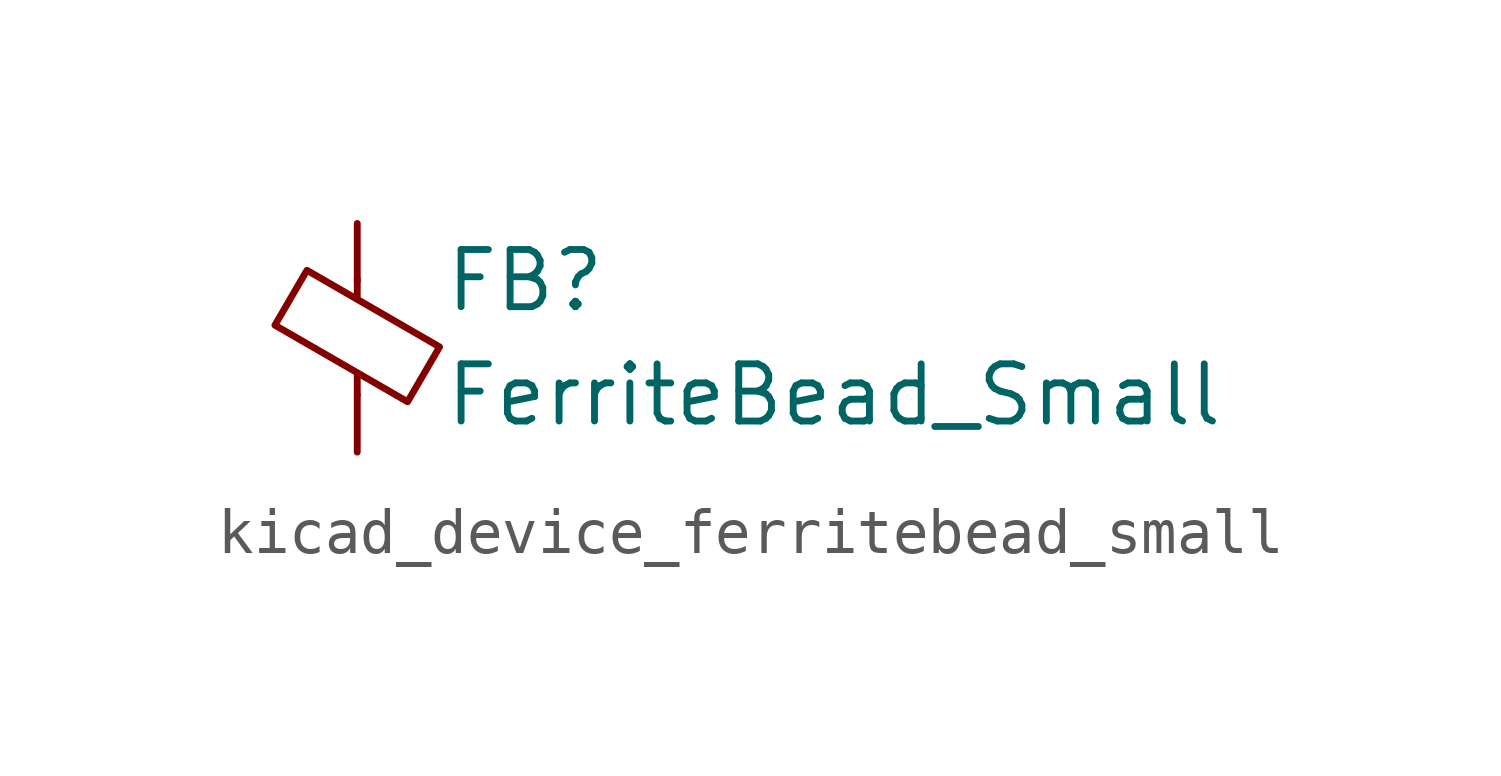
<source format=kicad_sym>
(kicad_symbol_lib
  (version 20220914)
  (generator kicad_symbol_editor)
  (symbol "kicad_device_ferritebead_small"
    (pin_numbers hide)
    (pin_names
      (offset 0))
    (property "Reference" "FB"
      (at 1.905 1.27 0)
      (effects (font (size 1.27 1.27)) (justify left)))
    (property "Value" "FerriteBead_Small"
      (at 1.905 -1.27 0)
      (effects (font (size 1.27 1.27)) (justify left)))
    (symbol "kicad_device_ferritebead_small_0_1"
      (polyline (pts (xy 0 -1.27) (xy 0 -0.787)) (stroke (width 0) (type default)) (fill (type none)))
      (polyline (pts (xy 0 0.889) (xy 0 1.295)) (stroke (width 0) (type default)) (fill (type none)))
      (polyline (pts (xy -1.829 0.279) (xy -1.118 1.499) (xy 1.829 -0.203) (xy 1.118 -1.422) (xy -1.829 0.279)) (stroke (width 0) (type default)) (fill (type none))))
    (symbol "kicad_device_ferritebead_small_1_1"
      (pin passive line (at 0 2.54 270) (length 1.27) (name "~" (effects (font (size 1.27 1.27)))) (number "1" (effects (font (size 1.27 1.27)))))
      (pin passive line (at 0 -2.54 90) (length 1.27) (name "~" (effects (font (size 1.27 1.27)))) (number "2" (effects (font (size 1.27 1.27))))))))
</source>
